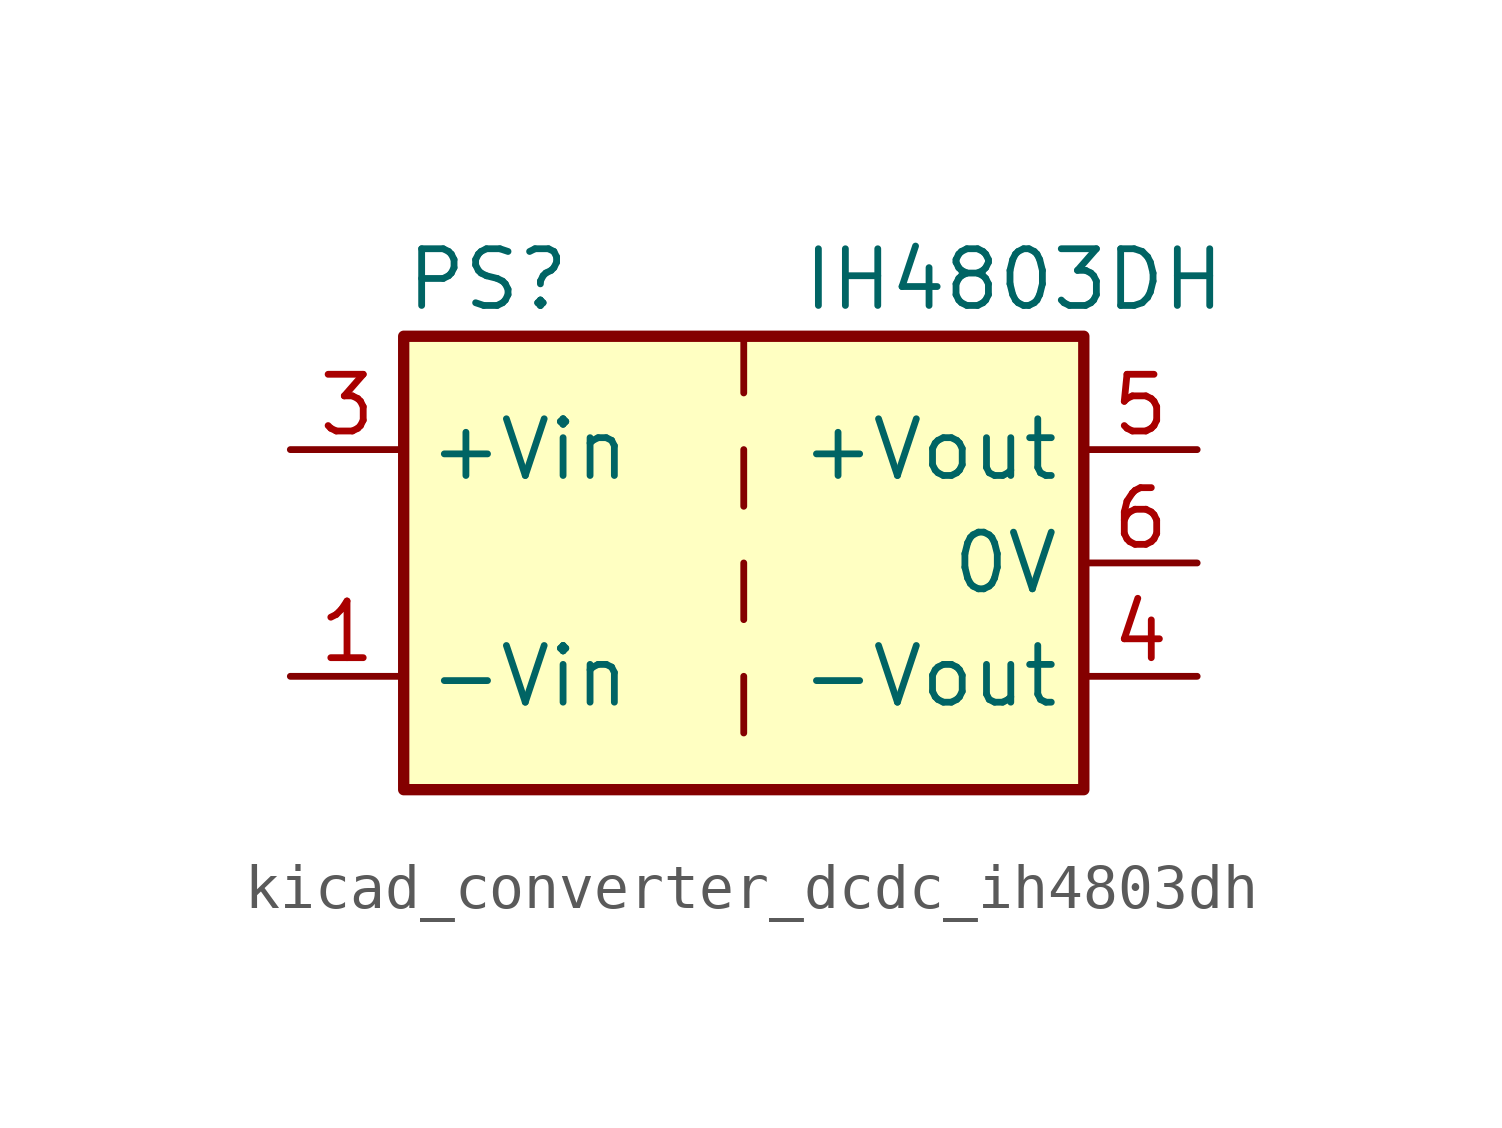
<source format=kicad_sym>
(kicad_symbol_lib
  (version 20220914)
  (generator kicad_symbol_editor)
  (symbol "kicad_converter_dcdc_ih4803dh"
    (property "Reference" "PS"
      (at -7.62 6.35 0)
      (effects (font (size 1.27 1.27)) (justify left)))
    (property "Value" "IH4803DH"
      (at 1.27 6.35 0)
      (effects (font (size 1.27 1.27)) (justify left)))
    (symbol "kicad_converter_dcdc_ih4803dh_0_0"
      (pin power_in line (at -10.16 -2.54 0) (length 2.54) (name "-Vin" (effects (font (size 1.27 1.27)))) (number "1" (effects (font (size 1.27 1.27)))))
      (pin power_in line (at -10.16 2.54 0) (length 2.54) (name "+Vin" (effects (font (size 1.27 1.27)))) (number "3" (effects (font (size 1.27 1.27)))))
      (pin power_out line (at 10.16 -2.54 180) (length 2.54) (name "-Vout" (effects (font (size 1.27 1.27)))) (number "4" (effects (font (size 1.27 1.27)))))
      (pin power_out line (at 10.16 2.54 180) (length 2.54) (name "+Vout" (effects (font (size 1.27 1.27)))) (number "5" (effects (font (size 1.27 1.27)))))
      (pin power_out line (at 10.16 0 180) (length 2.54) (name "0V" (effects (font (size 1.27 1.27)))) (number "6" (effects (font (size 1.27 1.27))))))
    (symbol "kicad_converter_dcdc_ih4803dh_0_1"
      (rectangle (start -7.62 5.08) (end 7.62 -5.08) (stroke (width 0.254) (type default)) (fill (type background)))
      (polyline (pts (xy 0 -2.54) (xy 0 -3.81)) (stroke (width 0) (type default)) (fill (type none)))
      (polyline (pts (xy 0 0) (xy 0 -1.27)) (stroke (width 0) (type default)) (fill (type none)))
      (polyline (pts (xy 0 2.54) (xy 0 1.27)) (stroke (width 0) (type default)) (fill (type none)))
      (polyline (pts (xy 0 5.08) (xy 0 3.81)) (stroke (width 0) (type default)) (fill (type none))))
    (symbol "kicad_converter_dcdc_ih4803dh_1_1"
      (pin no_connect line (at 0 -5.08 90) (length 2.54) hide (name "NC" (effects (font (size 1.27 1.27)))) (number "2" (effects (font (size 1.27 1.27))))))))
</source>
